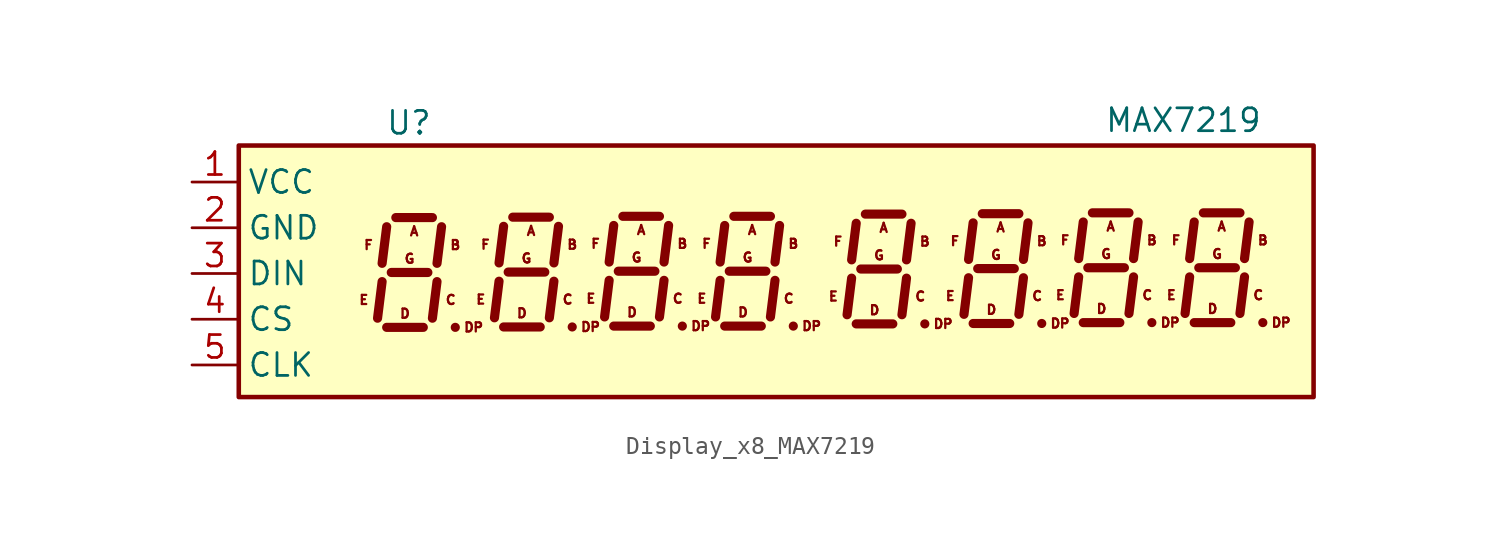
<source format=kicad_sym>
(kicad_symbol_lib
  (version 20220914)
  (generator kicad_symbol_editor)
  (symbol "Display_x8_MAX7219"
    (property "Reference" "U"
      (at -18.398 8.368 0)
      (effects (font (size 1.27 1.27)) (justify right)))
    (property "Value" "MAX7219"
      (at 18.913 8.511 0)
      (effects (font (size 1.27 1.27)) (justify left)))
    (symbol "Display_x8_MAX7219_0_0"
      (text "A" (at -19.413 2.343 0) (effects (font (size 0.508 0.508))))
      (text "A" (at -12.92 2.365 0) (effects (font (size 0.508 0.508))))
      (text "A" (at -6.805 2.413 0) (effects (font (size 0.508 0.508))))
      (text "A" (at -0.642 2.413 0) (effects (font (size 0.508 0.508))))
      (text "A" (at 6.662 2.535 0) (effects (font (size 0.508 0.508))))
      (text "A" (at 13.155 2.558 0) (effects (font (size 0.508 0.508))))
      (text "A" (at 19.27 2.606 0) (effects (font (size 0.508 0.508))))
      (text "A" (at 25.433 2.606 0) (effects (font (size 0.508 0.508))))
      (text "B" (at -17.128 1.581 0) (effects (font (size 0.508 0.508))))
      (text "B" (at -10.634 1.603 0) (effects (font (size 0.508 0.508))))
      (text "B" (at -4.519 1.651 0) (effects (font (size 0.508 0.508))))
      (text "B" (at 1.644 1.651 0) (effects (font (size 0.508 0.508))))
      (text "B" (at 8.947 1.773 0) (effects (font (size 0.508 0.508))))
      (text "B" (at 15.441 1.796 0) (effects (font (size 0.508 0.508))))
      (text "B" (at 21.556 1.843 0) (effects (font (size 0.508 0.508))))
      (text "B" (at 27.719 1.843 0) (effects (font (size 0.508 0.508))))
      (text "C" (at -17.381 -1.467 0) (effects (font (size 0.508 0.508))))
      (text "C" (at -10.888 -1.445 0) (effects (font (size 0.508 0.508))))
      (text "C" (at -4.773 -1.397 0) (effects (font (size 0.508 0.508))))
      (text "C" (at 1.39 -1.397 0) (effects (font (size 0.508 0.508))))
      (text "C" (at 8.694 -1.275 0) (effects (font (size 0.508 0.508))))
      (text "C" (at 15.187 -1.252 0) (effects (font (size 0.508 0.508))))
      (text "C" (at 21.302 -1.204 0) (effects (font (size 0.508 0.508))))
      (text "C" (at 27.465 -1.204 0) (effects (font (size 0.508 0.508))))
      (text "D" (at -19.922 -2.229 0) (effects (font (size 0.508 0.508))))
      (text "D" (at -13.428 -2.207 0) (effects (font (size 0.508 0.508))))
      (text "D" (at -7.313 -2.159 0) (effects (font (size 0.508 0.508))))
      (text "D" (at -1.15 -2.159 0) (effects (font (size 0.508 0.508))))
      (text "D" (at 6.154 -2.037 0) (effects (font (size 0.508 0.508))))
      (text "D" (at 12.647 -2.014 0) (effects (font (size 0.508 0.508))))
      (text "D" (at 18.762 -1.966 0) (effects (font (size 0.508 0.508))))
      (text "D" (at 24.925 -1.966 0) (effects (font (size 0.508 0.508))))
      (text "DP" (at -16.111 -2.991 0) (effects (font (size 0.508 0.508))))
      (text "DP" (at -9.618 -2.969 0) (effects (font (size 0.508 0.508))))
      (text "DP" (at -3.503 -2.921 0) (effects (font (size 0.508 0.508))))
      (text "DP" (at 2.66 -2.921 0) (effects (font (size 0.508 0.508))))
      (text "DP" (at 9.963 -2.799 0) (effects (font (size 0.508 0.508))))
      (text "DP" (at 16.457 -2.776 0) (effects (font (size 0.508 0.508))))
      (text "DP" (at 22.572 -2.728 0) (effects (font (size 0.508 0.508))))
      (text "DP" (at 28.735 -2.728 0) (effects (font (size 0.508 0.508))))
      (text "E" (at -22.207 -1.467 0) (effects (font (size 0.508 0.508))))
      (text "E" (at -15.714 -1.445 0) (effects (font (size 0.508 0.508))))
      (text "E" (at -9.599 -1.397 0) (effects (font (size 0.508 0.508))))
      (text "E" (at -3.436 -1.397 0) (effects (font (size 0.508 0.508))))
      (text "E" (at 3.868 -1.275 0) (effects (font (size 0.508 0.508))))
      (text "E" (at 10.361 -1.252 0) (effects (font (size 0.508 0.508))))
      (text "E" (at 16.476 -1.204 0) (effects (font (size 0.508 0.508))))
      (text "E" (at 22.639 -1.204 0) (effects (font (size 0.508 0.508))))
      (text "F" (at -21.953 1.581 0) (effects (font (size 0.508 0.508))))
      (text "F" (at -15.46 1.603 0) (effects (font (size 0.508 0.508))))
      (text "F" (at -9.345 1.651 0) (effects (font (size 0.508 0.508))))
      (text "F" (at -3.182 1.651 0) (effects (font (size 0.508 0.508))))
      (text "F" (at 4.122 1.773 0) (effects (font (size 0.508 0.508))))
      (text "F" (at 10.615 1.796 0) (effects (font (size 0.508 0.508))))
      (text "F" (at 16.73 1.843 0) (effects (font (size 0.508 0.508))))
      (text "F" (at 22.893 1.843 0) (effects (font (size 0.508 0.508))))
      (text "G" (at -19.668 0.819 0) (effects (font (size 0.508 0.508))))
      (text "G" (at -13.174 0.841 0) (effects (font (size 0.508 0.508))))
      (text "G" (at -7.059 0.889 0) (effects (font (size 0.508 0.508))))
      (text "G" (at -0.896 0.889 0) (effects (font (size 0.508 0.508))))
      (text "G" (at 6.407 1.011 0) (effects (font (size 0.508 0.508))))
      (text "G" (at 12.901 1.034 0) (effects (font (size 0.508 0.508))))
      (text "G" (at 19.016 1.081 0) (effects (font (size 0.508 0.508))))
      (text "G" (at 25.179 1.081 0) (effects (font (size 0.508 0.508)))))
    (symbol "Display_x8_MAX7219_0_1"
      (rectangle (start -29.152 7.107) (end 30.538 -6.863) (stroke (width 0.254) (type default)) (fill (type background)))
      (polyline (pts (xy -21.192 -0.451) (xy -21.445 -2.483)) (stroke (width 0.508) (type default)) (fill (type none)))
      (polyline (pts (xy -20.938 -2.991) (xy -18.905 -2.991)) (stroke (width 0.508) (type default)) (fill (type none)))
      (polyline (pts (xy -20.938 2.597) (xy -21.192 0.565)) (stroke (width 0.508) (type default)) (fill (type none)))
      (polyline (pts (xy -20.683 0.057) (xy -18.651 0.057)) (stroke (width 0.508) (type default)) (fill (type none)))
      (polyline (pts (xy -20.43 3.105) (xy -18.398 3.105)) (stroke (width 0.508) (type default)) (fill (type none)))
      (polyline (pts (xy -18.143 -0.451) (xy -18.398 -2.483)) (stroke (width 0.508) (type default)) (fill (type none)))
      (polyline (pts (xy -17.89 2.597) (xy -18.143 0.565)) (stroke (width 0.508) (type default)) (fill (type none)))
      (polyline (pts (xy -17.128 -2.991) (xy -17.128 -2.991)) (stroke (width 0.508) (type default)) (fill (type none)))
      (polyline (pts (xy -14.698 -0.429) (xy -14.952 -2.461)) (stroke (width 0.508) (type default)) (fill (type none)))
      (polyline (pts (xy -14.444 -2.969) (xy -12.412 -2.969)) (stroke (width 0.508) (type default)) (fill (type none)))
      (polyline (pts (xy -14.444 2.619) (xy -14.698 0.587)) (stroke (width 0.508) (type default)) (fill (type none)))
      (polyline (pts (xy -14.19 0.079) (xy -12.158 0.079)) (stroke (width 0.508) (type default)) (fill (type none)))
      (polyline (pts (xy -13.936 3.127) (xy -11.904 3.127)) (stroke (width 0.508) (type default)) (fill (type none)))
      (polyline (pts (xy -11.65 -0.429) (xy -11.904 -2.461)) (stroke (width 0.508) (type default)) (fill (type none)))
      (polyline (pts (xy -11.396 2.619) (xy -11.65 0.587)) (stroke (width 0.508) (type default)) (fill (type none)))
      (polyline (pts (xy -10.634 -2.969) (xy -10.634 -2.969)) (stroke (width 0.508) (type default)) (fill (type none)))
      (polyline (pts (xy -8.583 -0.381) (xy -8.837 -2.413)) (stroke (width 0.508) (type default)) (fill (type none)))
      (polyline (pts (xy -8.329 -2.921) (xy -6.297 -2.921)) (stroke (width 0.508) (type default)) (fill (type none)))
      (polyline (pts (xy -8.329 2.667) (xy -8.583 0.635)) (stroke (width 0.508) (type default)) (fill (type none)))
      (polyline (pts (xy -8.075 0.127) (xy -6.043 0.127)) (stroke (width 0.508) (type default)) (fill (type none)))
      (polyline (pts (xy -7.821 3.175) (xy -5.789 3.175)) (stroke (width 0.508) (type default)) (fill (type none)))
      (polyline (pts (xy -5.535 -0.381) (xy -5.789 -2.413)) (stroke (width 0.508) (type default)) (fill (type none)))
      (polyline (pts (xy -5.281 2.667) (xy -5.535 0.635)) (stroke (width 0.508) (type default)) (fill (type none)))
      (polyline (pts (xy -4.519 -2.921) (xy -4.519 -2.921)) (stroke (width 0.508) (type default)) (fill (type none)))
      (polyline (pts (xy -2.42 -0.381) (xy -2.674 -2.413)) (stroke (width 0.508) (type default)) (fill (type none)))
      (polyline (pts (xy -2.166 -2.921) (xy -0.134 -2.921)) (stroke (width 0.508) (type default)) (fill (type none)))
      (polyline (pts (xy -2.166 2.667) (xy -2.42 0.635)) (stroke (width 0.508) (type default)) (fill (type none)))
      (polyline (pts (xy -1.912 0.127) (xy 0.12 0.127)) (stroke (width 0.508) (type default)) (fill (type none)))
      (polyline (pts (xy -1.658 3.175) (xy 0.374 3.175)) (stroke (width 0.508) (type default)) (fill (type none)))
      (polyline (pts (xy 0.628 -0.381) (xy 0.374 -2.413)) (stroke (width 0.508) (type default)) (fill (type none)))
      (polyline (pts (xy 0.882 2.667) (xy 0.628 0.635)) (stroke (width 0.508) (type default)) (fill (type none)))
      (polyline (pts (xy 1.644 -2.921) (xy 1.644 -2.921)) (stroke (width 0.508) (type default)) (fill (type none)))
      (polyline (pts (xy 4.883 -0.259) (xy 4.63 -2.291)) (stroke (width 0.508) (type default)) (fill (type none)))
      (polyline (pts (xy 5.138 -2.799) (xy 7.17 -2.799)) (stroke (width 0.508) (type default)) (fill (type none)))
      (polyline (pts (xy 5.138 2.789) (xy 4.883 0.757)) (stroke (width 0.508) (type default)) (fill (type none)))
      (polyline (pts (xy 5.391 0.249) (xy 7.423 0.249)) (stroke (width 0.508) (type default)) (fill (type none)))
      (polyline (pts (xy 5.646 3.297) (xy 7.678 3.297)) (stroke (width 0.508) (type default)) (fill (type none)))
      (polyline (pts (xy 7.931 -0.259) (xy 7.678 -2.291)) (stroke (width 0.508) (type default)) (fill (type none)))
      (polyline (pts (xy 8.185 2.789) (xy 7.931 0.757)) (stroke (width 0.508) (type default)) (fill (type none)))
      (polyline (pts (xy 8.947 -2.799) (xy 8.947 -2.799)) (stroke (width 0.508) (type default)) (fill (type none)))
      (polyline (pts (xy 11.377 -0.236) (xy 11.123 -2.268)) (stroke (width 0.508) (type default)) (fill (type none)))
      (polyline (pts (xy 11.631 -2.776) (xy 13.663 -2.776)) (stroke (width 0.508) (type default)) (fill (type none)))
      (polyline (pts (xy 11.631 2.812) (xy 11.377 0.78)) (stroke (width 0.508) (type default)) (fill (type none)))
      (polyline (pts (xy 11.885 0.272) (xy 13.917 0.272)) (stroke (width 0.508) (type default)) (fill (type none)))
      (polyline (pts (xy 12.139 3.32) (xy 14.171 3.32)) (stroke (width 0.508) (type default)) (fill (type none)))
      (polyline (pts (xy 14.425 -0.236) (xy 14.171 -2.268)) (stroke (width 0.508) (type default)) (fill (type none)))
      (polyline (pts (xy 14.679 2.812) (xy 14.425 0.78)) (stroke (width 0.508) (type default)) (fill (type none)))
      (polyline (pts (xy 15.441 -2.776) (xy 15.441 -2.776)) (stroke (width 0.508) (type default)) (fill (type none)))
      (polyline (pts (xy 17.492 -0.189) (xy 17.238 -2.22)) (stroke (width 0.508) (type default)) (fill (type none)))
      (polyline (pts (xy 17.746 -2.728) (xy 19.778 -2.728)) (stroke (width 0.508) (type default)) (fill (type none)))
      (polyline (pts (xy 17.746 2.86) (xy 17.492 0.828)) (stroke (width 0.508) (type default)) (fill (type none)))
      (polyline (pts (xy 18 0.32) (xy 20.032 0.32)) (stroke (width 0.508) (type default)) (fill (type none)))
      (polyline (pts (xy 18.254 3.368) (xy 20.286 3.368)) (stroke (width 0.508) (type default)) (fill (type none)))
      (polyline (pts (xy 20.54 -0.189) (xy 20.286 -2.22)) (stroke (width 0.508) (type default)) (fill (type none)))
      (polyline (pts (xy 20.794 2.86) (xy 20.54 0.828)) (stroke (width 0.508) (type default)) (fill (type none)))
      (polyline (pts (xy 21.556 -2.728) (xy 21.556 -2.728)) (stroke (width 0.508) (type default)) (fill (type none)))
      (polyline (pts (xy 23.655 -0.189) (xy 23.401 -2.22)) (stroke (width 0.508) (type default)) (fill (type none)))
      (polyline (pts (xy 23.909 -2.728) (xy 25.941 -2.728)) (stroke (width 0.508) (type default)) (fill (type none)))
      (polyline (pts (xy 23.909 2.86) (xy 23.655 0.828)) (stroke (width 0.508) (type default)) (fill (type none)))
      (polyline (pts (xy 24.163 0.32) (xy 26.195 0.32)) (stroke (width 0.508) (type default)) (fill (type none)))
      (polyline (pts (xy 24.417 3.368) (xy 26.449 3.368)) (stroke (width 0.508) (type default)) (fill (type none)))
      (polyline (pts (xy 26.703 -0.189) (xy 26.449 -2.22)) (stroke (width 0.508) (type default)) (fill (type none)))
      (polyline (pts (xy 26.957 2.86) (xy 26.703 0.828)) (stroke (width 0.508) (type default)) (fill (type none)))
      (polyline (pts (xy 27.719 -2.728) (xy 27.719 -2.728)) (stroke (width 0.508) (type default)) (fill (type none))))
    (symbol "Display_x8_MAX7219_1_1"
      (pin power_in line (at -31.75 5.08 0) (length 2.54) (name "VCC" (effects (font (size 1.27 1.27)))) (number "1" (effects (font (size 1.27 1.27)))))
      (pin power_in line (at -31.75 2.54 0) (length 2.54) (name "GND" (effects (font (size 1.27 1.27)))) (number "2" (effects (font (size 1.27 1.27)))))
      (pin input line (at -31.75 0 0) (length 2.54) (name "DIN" (effects (font (size 1.27 1.27)))) (number "3" (effects (font (size 1.27 1.27)))))
      (pin input line (at -31.75 -2.54 0) (length 2.54) (name "CS" (effects (font (size 1.27 1.27)))) (number "4" (effects (font (size 1.27 1.27)))))
      (pin input line (at -31.75 -5.08 0) (length 2.54) (name "CLK" (effects (font (size 1.27 1.27)))) (number "5" (effects (font (size 1.27 1.27))))))))
</source>
